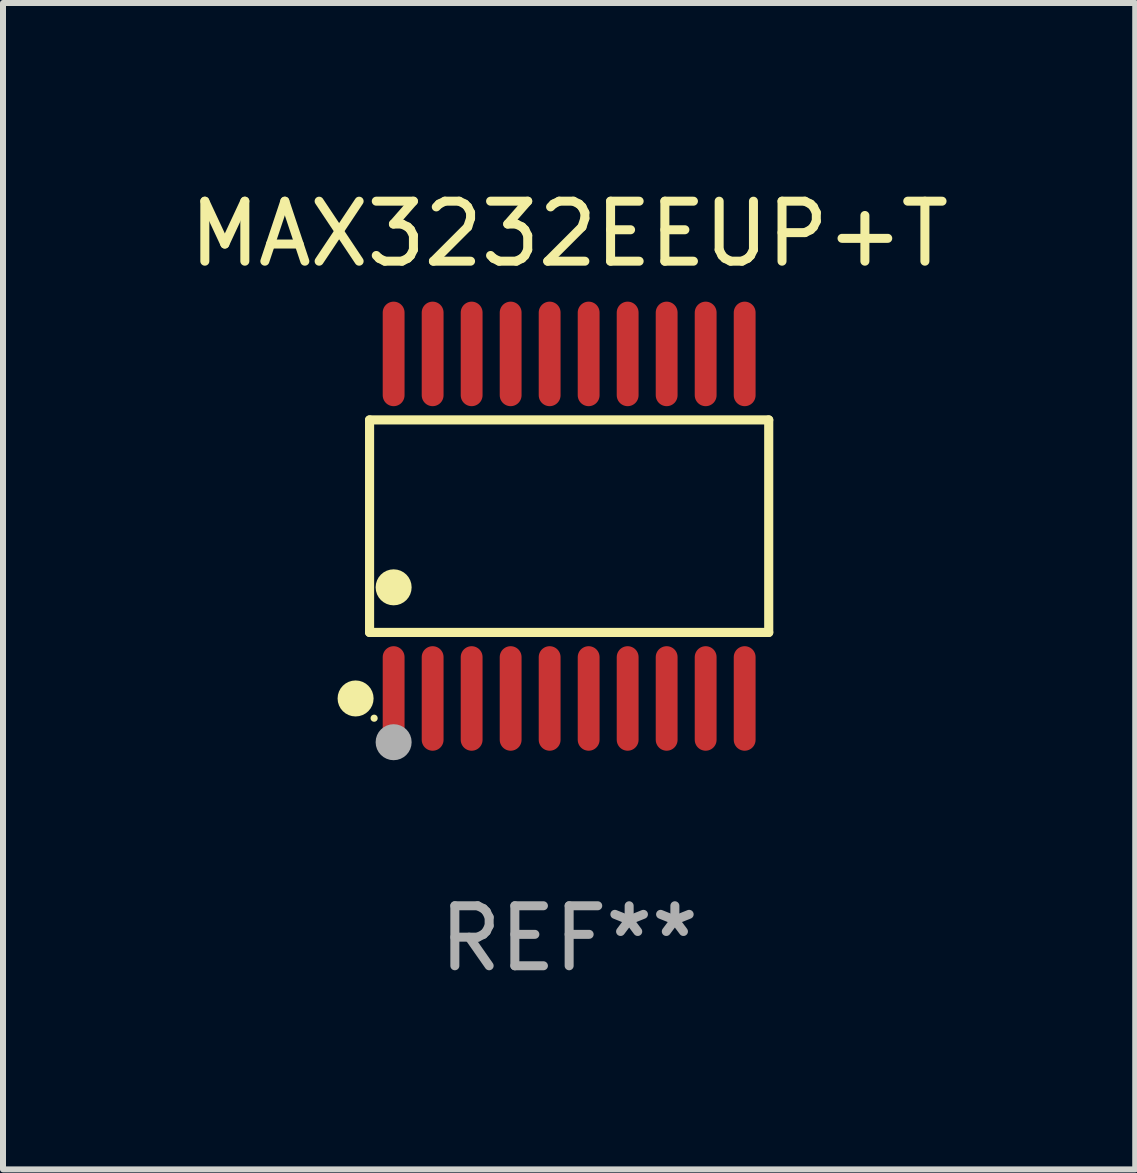
<source format=kicad_pcb>
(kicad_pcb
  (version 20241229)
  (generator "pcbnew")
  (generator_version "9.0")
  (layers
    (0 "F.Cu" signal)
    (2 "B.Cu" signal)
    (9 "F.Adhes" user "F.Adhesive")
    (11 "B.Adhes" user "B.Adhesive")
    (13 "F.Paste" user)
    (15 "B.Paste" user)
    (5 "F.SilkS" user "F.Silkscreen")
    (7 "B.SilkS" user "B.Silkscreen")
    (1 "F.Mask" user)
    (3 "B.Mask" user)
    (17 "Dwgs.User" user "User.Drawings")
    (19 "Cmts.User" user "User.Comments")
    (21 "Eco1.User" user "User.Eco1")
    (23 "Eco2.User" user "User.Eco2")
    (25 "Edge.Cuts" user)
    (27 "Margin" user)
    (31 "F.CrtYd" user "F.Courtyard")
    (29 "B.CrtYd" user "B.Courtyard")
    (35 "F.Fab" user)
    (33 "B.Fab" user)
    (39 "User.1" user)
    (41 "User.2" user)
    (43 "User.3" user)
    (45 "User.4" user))
  (footprint "MAX3232EEUP+T"
    (layer "F.Cu")
    (at 6.435 5.719)
    (property "Reference" "MAX3232EEUP+T" (at 0 -4.871 0) (layer "F.SilkS") (effects (font (size 1 1) (thickness 0.15))))
    (attr through_hole)
    (fp_line (start -3.326 -1.771) (end 3.326 -1.771) (stroke (width 0.152) (type solid)) (layer "F.SilkS"))
    (fp_line (start -3.326 1.771) (end -3.326 -1.771) (stroke (width 0.152) (type solid)) (layer "F.SilkS"))
    (fp_line (start 3.326 -1.771) (end 3.326 1.771) (stroke (width 0.152) (type solid)) (layer "F.SilkS"))
    (fp_line (start 3.326 1.771) (end -3.326 1.771) (stroke (width 0.152) (type solid)) (layer "F.SilkS"))
    (fp_circle (center -3.559 2.871) (end -3.409 2.871) (stroke (width 0.3) (type solid)) (fill no) (layer "F.SilkS"))
    (fp_circle (center -3.25 3.2) (end -3.22 3.2) (stroke (width 0.06) (type solid)) (fill no) (layer "F.SilkS"))
    (fp_circle (center -2.925 1.019) (end -2.775 1.019) (stroke (width 0.3) (type solid)) (fill no) (layer "F.SilkS"))
    (fp_circle (center -2.925 3.6) (end -2.775 3.6) (stroke (width 0.3) (type solid)) (fill no) (layer "F.Fab"))
    (fp_text user "REF**" (at 0 6.871 0) (layer "F.Fab") (effects (font (size 1 1) (thickness 0.15))))
    (pad "1" smd oval (at -2.925 2.871) (size 0.364 1.742) (layers "F.Cu" "F.Mask" "F.Paste"))
    (pad "2" smd oval (at -2.275 2.871) (size 0.364 1.742) (layers "F.Cu" "F.Mask" "F.Paste"))
    (pad "3" smd oval (at -1.625 2.871) (size 0.364 1.742) (layers "F.Cu" "F.Mask" "F.Paste"))
    (pad "4" smd oval (at -0.975 2.871) (size 0.364 1.742) (layers "F.Cu" "F.Mask" "F.Paste"))
    (pad "5" smd oval (at -0.325 2.871) (size 0.364 1.742) (layers "F.Cu" "F.Mask" "F.Paste"))
    (pad "6" smd oval (at 0.325 2.871) (size 0.364 1.742) (layers "F.Cu" "F.Mask" "F.Paste"))
    (pad "7" smd oval (at 0.975 2.871) (size 0.364 1.742) (layers "F.Cu" "F.Mask" "F.Paste"))
    (pad "8" smd oval (at 1.625 2.871) (size 0.364 1.742) (layers "F.Cu" "F.Mask" "F.Paste"))
    (pad "9" smd oval (at 2.275 2.871) (size 0.364 1.742) (layers "F.Cu" "F.Mask" "F.Paste"))
    (pad "10" smd oval (at 2.925 2.871) (size 0.364 1.742) (layers "F.Cu" "F.Mask" "F.Paste"))
    (pad "11" smd oval (at 2.925 -2.871) (size 0.364 1.742) (layers "F.Cu" "F.Mask" "F.Paste"))
    (pad "12" smd oval (at 2.275 -2.871) (size 0.364 1.742) (layers "F.Cu" "F.Mask" "F.Paste"))
    (pad "13" smd oval (at 1.625 -2.871) (size 0.364 1.742) (layers "F.Cu" "F.Mask" "F.Paste"))
    (pad "14" smd oval (at 0.975 -2.871) (size 0.364 1.742) (layers "F.Cu" "F.Mask" "F.Paste"))
    (pad "15" smd oval (at 0.325 -2.871) (size 0.364 1.742) (layers "F.Cu" "F.Mask" "F.Paste"))
    (pad "16" smd oval (at -0.325 -2.871) (size 0.364 1.742) (layers "F.Cu" "F.Mask" "F.Paste"))
    (pad "17" smd oval (at -0.975 -2.871) (size 0.364 1.742) (layers "F.Cu" "F.Mask" "F.Paste"))
    (pad "18" smd oval (at -1.625 -2.871) (size 0.364 1.742) (layers "F.Cu" "F.Mask" "F.Paste"))
    (pad "19" smd oval (at -2.275 -2.871) (size 0.364 1.742) (layers "F.Cu" "F.Mask" "F.Paste"))
    (pad "20" smd oval (at -2.925 -2.871) (size 0.364 1.742) (layers "F.Cu" "F.Mask" "F.Paste")))
  (gr_rect
    (start -3 -3)
    (end 15.869 16.438)
    (stroke (width 0.1) (type default))
    (fill no)
    (layer "Edge.Cuts")))
</source>
